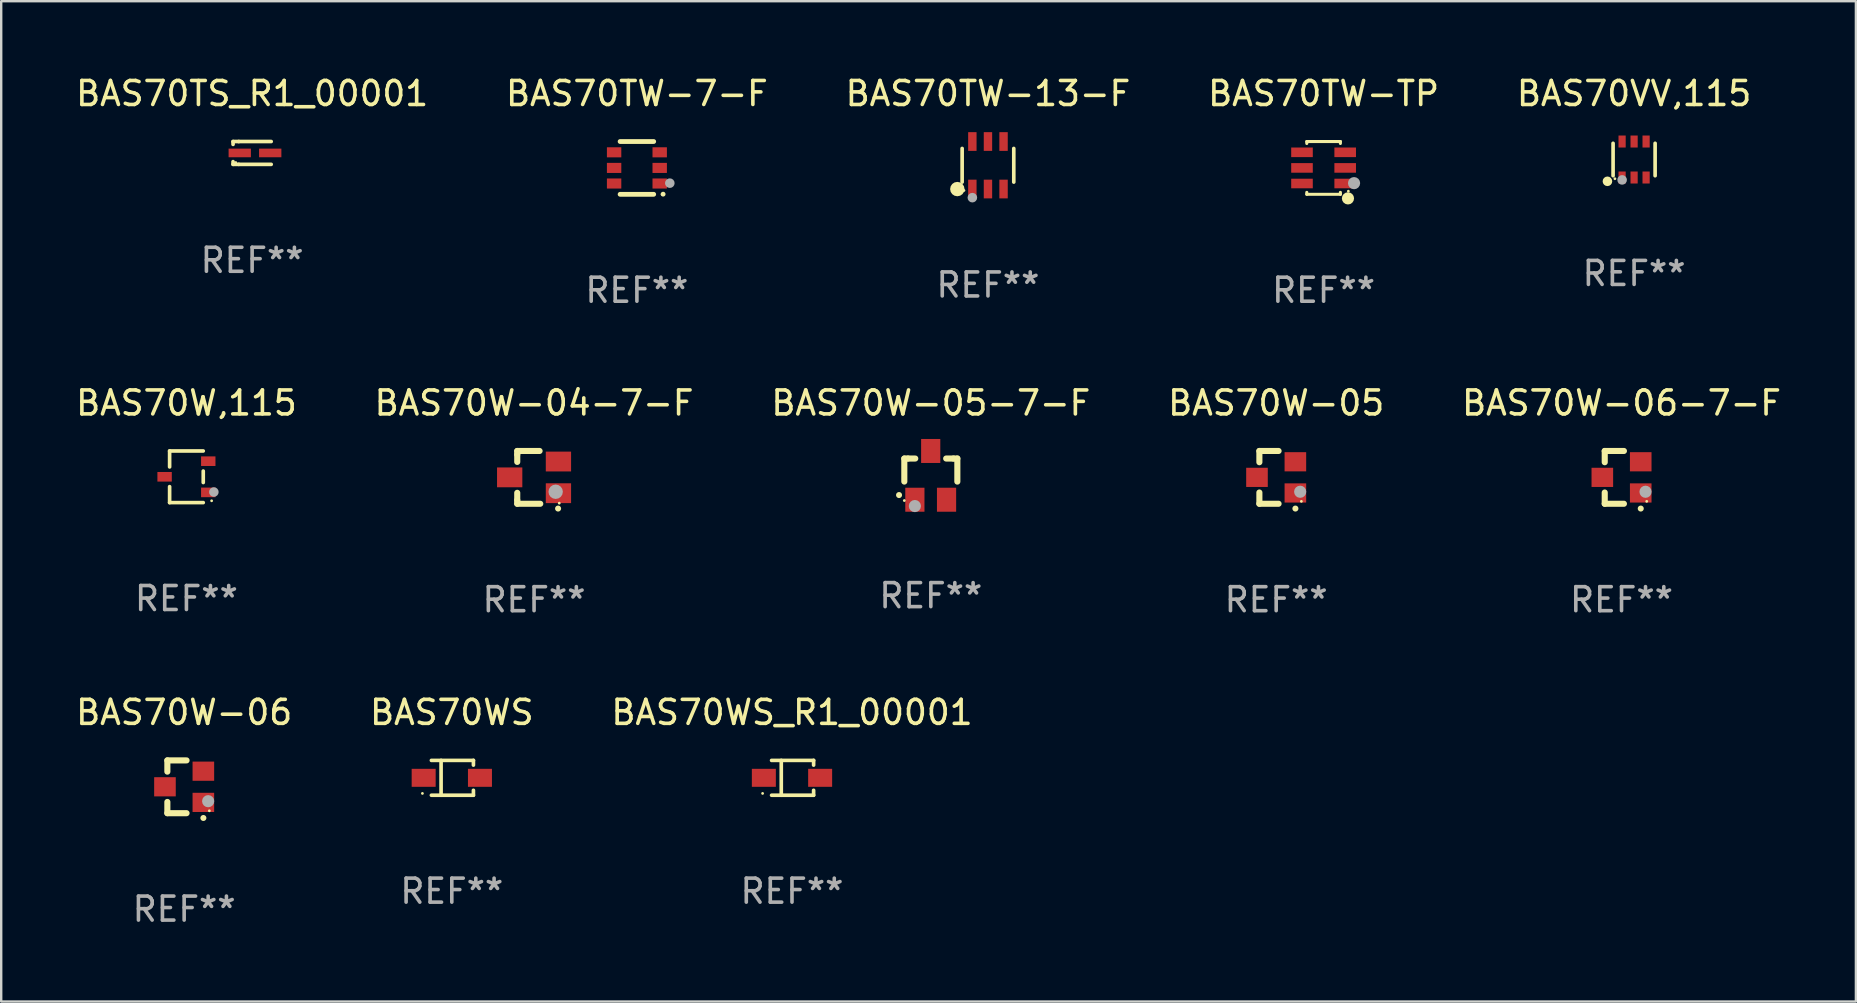
<source format=kicad_pcb>
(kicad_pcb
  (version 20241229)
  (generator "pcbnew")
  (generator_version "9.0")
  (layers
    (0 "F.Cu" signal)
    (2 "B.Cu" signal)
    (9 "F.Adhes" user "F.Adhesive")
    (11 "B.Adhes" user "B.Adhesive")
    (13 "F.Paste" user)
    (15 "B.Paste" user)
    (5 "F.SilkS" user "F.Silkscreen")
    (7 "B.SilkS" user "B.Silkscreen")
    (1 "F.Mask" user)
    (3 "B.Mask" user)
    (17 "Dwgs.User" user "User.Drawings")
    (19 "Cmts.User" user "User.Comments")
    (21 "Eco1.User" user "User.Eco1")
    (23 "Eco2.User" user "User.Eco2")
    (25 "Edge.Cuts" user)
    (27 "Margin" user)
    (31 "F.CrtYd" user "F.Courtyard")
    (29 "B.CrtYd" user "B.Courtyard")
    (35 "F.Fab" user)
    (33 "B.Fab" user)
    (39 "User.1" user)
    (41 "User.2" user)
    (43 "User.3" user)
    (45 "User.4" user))
  (footprint "BAS70W-06-7-F"
    (layer "F.Cu")
    (at 64.53 16.845)
    (property "Reference" "BAS70W-06-7-F" (at 0 -3.1 0) (layer "F.SilkS") (effects (font (size 1 1) (thickness 0.15))))
    (attr through_hole)
    (fp_line (start -0.7 -1.1) (end 0.1 -1.1) (stroke (width 0.254) (type solid)) (layer "F.SilkS"))
    (fp_line (start -0.7 -0.631) (end -0.7 -1.1) (stroke (width 0.254) (type solid)) (layer "F.SilkS"))
    (fp_line (start -0.7 1.1) (end -0.7 0.631) (stroke (width 0.254) (type solid)) (layer "F.SilkS"))
    (fp_line (start -0.7 1.1) (end 0.1 1.1) (stroke (width 0.254) (type solid)) (layer "F.SilkS"))
    (fp_arc (start 0.8 1.3) (mid 0.80127 1.299994) (end 0.80254 1.3) (stroke (width 0.24892) (type solid)) (layer "F.SilkS"))
    (fp_circle (center 1.05 1) (end 1.08 1) (stroke (width 0.06) (type solid)) (fill no) (layer "F.SilkS"))
    (fp_circle (center 1 0.6) (end 1.127 0.6) (stroke (width 0.254) (type solid)) (fill no) (layer "F.Fab"))
    (fp_text user "REF**" (at 0 5.1 0) (layer "F.Fab") (effects (font (size 1 1) (thickness 0.15))))
    (pad "1" smd rect (at 0.8 0.65 90) (size 0.8 0.9) (layers "F.Cu" "F.Mask" "F.Paste"))
    (pad "2" smd rect (at 0.8 -0.65 90) (size 0.8 0.9) (layers "F.Cu" "F.Mask" "F.Paste"))
    (pad "3" smd rect (at -0.8 0 90) (size 0.8 0.9) (layers "F.Cu" "F.Mask" "F.Paste")))
  (footprint "BAS70WS"
    (layer "F.Cu")
    (at 15.78 29.367)
    (property "Reference" "BAS70WS" (at 0 -2.726 0) (layer "F.SilkS") (effects (font (size 1 1) (thickness 0.15))))
    (attr through_hole)
    (fp_line (start -0.851 -0.726) (end 0.901 -0.726) (stroke (width 0.152) (type solid)) (layer "F.SilkS"))
    (fp_line (start -0.851 0.726) (end 0.901 0.726) (stroke (width 0.152) (type solid)) (layer "F.SilkS"))
    (fp_line (start -0.447 -0.726) (end -0.447 0.726) (stroke (width 0.152) (type solid)) (layer "F.SilkS"))
    (fp_line (start 0.901 -0.726) (end 0.901 -0.53) (stroke (width 0.152) (type solid)) (layer "F.SilkS"))
    (fp_line (start 0.901 0.726) (end 0.901 0.52) (stroke (width 0.152) (type solid)) (layer "F.SilkS"))
    (fp_circle (center -1.225 0.65) (end -1.195 0.65) (stroke (width 0.06) (type solid)) (fill no) (layer "F.SilkS"))
    (fp_text user "REF**" (at 0 4.726 0) (layer "F.Fab") (effects (font (size 1 1) (thickness 0.15))))
    (pad "1" smd rect (at -1.173 0) (size 1 0.75) (layers "F.Cu" "F.Mask" "F.Paste"))
    (pad "2" smd rect (at 1.173 0) (size 1 0.75) (layers "F.Cu" "F.Mask" "F.Paste")))
  (footprint "BAS70W-06"
    (layer "F.Cu")
    (at 4.625 29.741)
    (property "Reference" "BAS70W-06" (at 0 -3.1 0) (layer "F.SilkS") (effects (font (size 1 1) (thickness 0.15))))
    (attr through_hole)
    (fp_line (start -0.7 -1.1) (end 0.1 -1.1) (stroke (width 0.254) (type solid)) (layer "F.SilkS"))
    (fp_line (start -0.7 -0.631) (end -0.7 -1.1) (stroke (width 0.254) (type solid)) (layer "F.SilkS"))
    (fp_line (start -0.7 1.1) (end -0.7 0.631) (stroke (width 0.254) (type solid)) (layer "F.SilkS"))
    (fp_line (start -0.7 1.1) (end 0.1 1.1) (stroke (width 0.254) (type solid)) (layer "F.SilkS"))
    (fp_arc (start 0.8 1.3) (mid 0.80127 1.299994) (end 0.80254 1.3) (stroke (width 0.24892) (type solid)) (layer "F.SilkS"))
    (fp_circle (center 1.05 1) (end 1.08 1) (stroke (width 0.06) (type solid)) (fill no) (layer "F.SilkS"))
    (fp_circle (center 1 0.6) (end 1.127 0.6) (stroke (width 0.254) (type solid)) (fill no) (layer "F.Fab"))
    (fp_text user "REF**" (at 0 5.1 0) (layer "F.Fab") (effects (font (size 1 1) (thickness 0.15))))
    (pad "1" smd rect (at 0.8 0.65 90) (size 0.8 0.9) (layers "F.Cu" "F.Mask" "F.Paste"))
    (pad "2" smd rect (at 0.8 -0.65 90) (size 0.8 0.9) (layers "F.Cu" "F.Mask" "F.Paste"))
    (pad "3" smd rect (at -0.8 0 90) (size 0.8 0.9) (layers "F.Cu" "F.Mask" "F.Paste")))
  (footprint "BAS70WS_R1_00001"
    (layer "F.Cu")
    (at 29.958 29.367)
    (property "Reference" "BAS70WS_R1_00001" (at 0 -2.726 0) (layer "F.SilkS") (effects (font (size 1 1) (thickness 0.15))))
    (attr through_hole)
    (fp_line (start -0.851 -0.726) (end 0.901 -0.726) (stroke (width 0.152) (type solid)) (layer "F.SilkS"))
    (fp_line (start -0.851 0.726) (end 0.901 0.726) (stroke (width 0.152) (type solid)) (layer "F.SilkS"))
    (fp_line (start -0.447 -0.726) (end -0.447 0.726) (stroke (width 0.152) (type solid)) (layer "F.SilkS"))
    (fp_line (start 0.901 -0.726) (end 0.901 -0.53) (stroke (width 0.152) (type solid)) (layer "F.SilkS"))
    (fp_line (start 0.901 0.726) (end 0.901 0.52) (stroke (width 0.152) (type solid)) (layer "F.SilkS"))
    (fp_circle (center -1.225 0.65) (end -1.195 0.65) (stroke (width 0.06) (type solid)) (fill no) (layer "F.SilkS"))
    (fp_text user "REF**" (at 0 4.726 0) (layer "F.Fab") (effects (font (size 1 1) (thickness 0.15))))
    (pad "1" smd rect (at -1.173 0) (size 1 0.75) (layers "F.Cu" "F.Mask" "F.Paste"))
    (pad "2" smd rect (at 1.173 0) (size 1 0.75) (layers "F.Cu" "F.Mask" "F.Paste")))
  (footprint "BAS70W-05"
    (layer "F.Cu")
    (at 50.137 16.845)
    (property "Reference" "BAS70W-05" (at 0 -3.1 0) (layer "F.SilkS") (effects (font (size 1 1) (thickness 0.15))))
    (attr through_hole)
    (fp_line (start -0.7 -1.1) (end 0.1 -1.1) (stroke (width 0.254) (type solid)) (layer "F.SilkS"))
    (fp_line (start -0.7 -0.631) (end -0.7 -1.1) (stroke (width 0.254) (type solid)) (layer "F.SilkS"))
    (fp_line (start -0.7 1.1) (end -0.7 0.631) (stroke (width 0.254) (type solid)) (layer "F.SilkS"))
    (fp_line (start -0.7 1.1) (end 0.1 1.1) (stroke (width 0.254) (type solid)) (layer "F.SilkS"))
    (fp_arc (start 0.8 1.3) (mid 0.80127 1.299994) (end 0.80254 1.3) (stroke (width 0.24892) (type solid)) (layer "F.SilkS"))
    (fp_circle (center 1.05 1) (end 1.08 1) (stroke (width 0.06) (type solid)) (fill no) (layer "F.SilkS"))
    (fp_circle (center 1 0.6) (end 1.127 0.6) (stroke (width 0.254) (type solid)) (fill no) (layer "F.Fab"))
    (fp_text user "REF**" (at 0 5.1 0) (layer "F.Fab") (effects (font (size 1 1) (thickness 0.15))))
    (pad "1" smd rect (at 0.8 0.65 90) (size 0.8 0.9) (layers "F.Cu" "F.Mask" "F.Paste"))
    (pad "2" smd rect (at 0.8 -0.65 90) (size 0.8 0.9) (layers "F.Cu" "F.Mask" "F.Paste"))
    (pad "3" smd rect (at -0.8 0 90) (size 0.8 0.9) (layers "F.Cu" "F.Mask" "F.Paste")))
  (footprint "BAS70TS_R1_00001"
    (layer "F.Cu")
    (at 7.458 3.324)
    (property "Reference" "BAS70TS_R1_00001" (at 0 -2.476 0) (layer "F.SilkS") (effects (font (size 1 1) (thickness 0.15))))
    (attr through_hole)
    (fp_line (start -0.795 -0.476) (end -0.795 -0.356) (stroke (width 0.152) (type solid)) (layer "F.SilkS"))
    (fp_line (start -0.795 0.363) (end -0.795 0.476) (stroke (width 0.152) (type solid)) (layer "F.SilkS"))
    (fp_line (start -0.795 0.476) (end -0.557 0.476) (stroke (width 0.152) (type solid)) (layer "F.SilkS"))
    (fp_line (start -0.557 -0.476) (end -0.795 -0.476) (stroke (width 0.152) (type solid)) (layer "F.SilkS"))
    (fp_line (start -0.557 -0.476) (end 0.795 -0.476) (stroke (width 0.152) (type solid)) (layer "F.SilkS"))
    (fp_line (start -0.557 0.476) (end 0.795 0.476) (stroke (width 0.152) (type solid)) (layer "F.SilkS"))
    (fp_circle (center -0.681 0.4) (end -0.651 0.4) (stroke (width 0.06) (type solid)) (fill no) (layer "F.SilkS"))
    (fp_text user "REF**" (at 0 4.476 0) (layer "F.Fab") (effects (font (size 1 1) (thickness 0.15))))
    (pad "1" smd rect (at -0.516 0 180) (size 0.93 0.36) (layers "F.Cu" "F.Mask" "F.Paste"))
    (pad "2" smd rect (at 0.754 0 180) (size 0.93 0.36) (layers "F.Cu" "F.Mask" "F.Paste")))
  (footprint "BAS70VV,115"
    (layer "F.Cu")
    (at 65.054 3.598)
    (property "Reference" "BAS70VV,115" (at 0 -2.75 0) (layer "F.SilkS") (effects (font (size 1 1) (thickness 0.15))))
    (attr through_hole)
    (fp_line (start -0.876 0.676) (end -0.876 -0.676) (stroke (width 0.152) (type solid)) (layer "F.SilkS"))
    (fp_line (start 0.876 0.676) (end 0.876 -0.676) (stroke (width 0.152) (type solid)) (layer "F.SilkS"))
    (fp_circle (center -1.111 0.908) (end -1.011 0.908) (stroke (width 0.2) (type solid)) (fill no) (layer "F.SilkS"))
    (fp_circle (center -0.8 0.8) (end -0.77 0.8) (stroke (width 0.06) (type solid)) (fill no) (layer "F.SilkS"))
    (fp_circle (center -0.499 0.85) (end -0.399 0.85) (stroke (width 0.2) (type solid)) (fill no) (layer "F.Fab"))
    (fp_text user "REF**" (at 0 4.75 0) (layer "F.Fab") (effects (font (size 1 1) (thickness 0.15))))
    (pad "1" smd rect (at -0.5 0.75) (size 0.3 0.5) (layers "F.Cu" "F.Mask" "F.Paste"))
    (pad "2" smd rect (at 0 0.75) (size 0.3 0.5) (layers "F.Cu" "F.Mask" "F.Paste"))
    (pad "3" smd rect (at 0.5 0.75) (size 0.3 0.5) (layers "F.Cu" "F.Mask" "F.Paste"))
    (pad "4" smd rect (at 0.5 -0.75) (size 0.3 0.5) (layers "F.Cu" "F.Mask" "F.Paste"))
    (pad "5" smd rect (at 0 -0.75) (size 0.3 0.5) (layers "F.Cu" "F.Mask" "F.Paste"))
    (pad "6" smd rect (at -0.5 -0.75) (size 0.3 0.5) (layers "F.Cu" "F.Mask" "F.Paste")))
  (footprint "BAS70TW-13-F"
    (layer "F.Cu")
    (at 38.125 3.838)
    (property "Reference" "BAS70TW-13-F" (at 0 -2.99 0) (layer "F.SilkS") (effects (font (size 1 1) (thickness 0.15))))
    (attr through_hole)
    (fp_line (start -1.076 0.701) (end -1.076 -0.701) (stroke (width 0.152) (type solid)) (layer "F.SilkS"))
    (fp_line (start 1.076 0.701) (end 1.076 -0.701) (stroke (width 0.152) (type solid)) (layer "F.SilkS"))
    (fp_circle (center -1.277 0.992) (end -1.127 0.992) (stroke (width 0.3) (type solid)) (fill no) (layer "F.SilkS"))
    (fp_circle (center -1 1.05) (end -0.97 1.05) (stroke (width 0.06) (type solid)) (fill no) (layer "F.SilkS"))
    (fp_circle (center -0.65 1.35) (end -0.55 1.35) (stroke (width 0.2) (type solid)) (fill no) (layer "F.Fab"))
    (fp_text user "REF**" (at 0 4.99 0) (layer "F.Fab") (effects (font (size 1 1) (thickness 0.15))))
    (pad "1" smd rect (at -0.65 0.99) (size 0.35 0.78) (layers "F.Cu" "F.Mask" "F.Paste"))
    (pad "2" smd rect (at 0 0.99) (size 0.35 0.78) (layers "F.Cu" "F.Mask" "F.Paste"))
    (pad "3" smd rect (at 0.65 0.99) (size 0.35 0.78) (layers "F.Cu" "F.Mask" "F.Paste"))
    (pad "4" smd rect (at 0.65 -0.99) (size 0.35 0.78) (layers "F.Cu" "F.Mask" "F.Paste"))
    (pad "5" smd rect (at 0 -0.99) (size 0.35 0.78) (layers "F.Cu" "F.Mask" "F.Paste"))
    (pad "6" smd rect (at -0.65 -0.99) (size 0.35 0.78) (layers "F.Cu" "F.Mask" "F.Paste")))
  (footprint "BAS70W-04-7-F"
    (layer "F.Cu")
    (at 19.208 16.845)
    (property "Reference" "BAS70W-04-7-F" (at 0 -3.1 0) (layer "F.SilkS") (effects (font (size 1 1) (thickness 0.15))))
    (attr through_hole)
    (fp_line (start -0.701 -0.95) (end -0.701 -1.1) (stroke (width 0.254) (type solid)) (layer "F.SilkS"))
    (fp_line (start -0.701 -0.644) (end -0.701 -0.95) (stroke (width 0.254) (type solid)) (layer "F.SilkS"))
    (fp_line (start -0.701 0.95) (end -0.701 0.644) (stroke (width 0.254) (type solid)) (layer "F.SilkS"))
    (fp_line (start -0.701 0.95) (end -0.701 1.1) (stroke (width 0.254) (type solid)) (layer "F.SilkS"))
    (fp_line (start -0.7 -1.1) (end 0.23 -1.1) (stroke (width 0.254) (type solid)) (layer "F.SilkS"))
    (fp_line (start -0.7 1.1) (end 0.258 1.1) (stroke (width 0.254) (type solid)) (layer "F.SilkS"))
    (fp_arc (start 1 1.3) (mid 1.00127 1.299994) (end 1.00254 1.3) (stroke (width 0.24892) (type solid)) (layer "F.SilkS"))
    (fp_circle (center 1.05 1.075) (end 1.08 1.075) (stroke (width 0.06) (type solid)) (fill no) (layer "F.SilkS"))
    (fp_circle (center 0.9 0.6) (end 1.05 0.6) (stroke (width 0.3) (type solid)) (fill no) (layer "F.Fab"))
    (fp_text user "REF**" (at 0 5.1 0) (layer "F.Fab") (effects (font (size 1 1) (thickness 0.15))))
    (pad "1" smd rect (at 1.016 0.66) (size 1.054 0.826) (layers "F.Cu" "F.Mask" "F.Paste"))
    (pad "2" smd rect (at 1.016 -0.66) (size 1.054 0.826) (layers "F.Cu" "F.Mask" "F.Paste"))
    (pad "3" smd rect (at -1.016 0) (size 1.054 0.826) (layers "F.Cu" "F.Mask" "F.Paste")))
  (footprint "BAS70W,115"
    (layer "F.Cu")
    (at 4.72 16.821)
    (property "Reference" "BAS70W,115" (at 0 -3.076 0) (layer "F.SilkS") (effects (font (size 1 1) (thickness 0.15))))
    (attr through_hole)
    (fp_line (start -0.701 -1.076) (end -0.701 -0.411) (stroke (width 0.152) (type solid)) (layer "F.SilkS"))
    (fp_line (start -0.701 1.076) (end -0.701 0.411) (stroke (width 0.152) (type solid)) (layer "F.SilkS"))
    (fp_line (start 0.701 -1.076) (end -0.701 -1.076) (stroke (width 0.152) (type solid)) (layer "F.SilkS"))
    (fp_line (start 0.701 -0.239) (end 0.701 0.239) (stroke (width 0.152) (type solid)) (layer "F.SilkS"))
    (fp_line (start 0.701 1.076) (end -0.701 1.076) (stroke (width 0.152) (type solid)) (layer "F.SilkS"))
    (fp_circle (center 1.05 1) (end 1.08 1) (stroke (width 0.06) (type solid)) (fill no) (layer "F.SilkS"))
    (fp_circle (center 1.143 0.635) (end 1.243 0.635) (stroke (width 0.2) (type solid)) (fill no) (layer "F.Fab"))
    (fp_text user "REF**" (at 0 5.076 0) (layer "F.Fab") (effects (font (size 1 1) (thickness 0.15))))
    (pad "1" smd rect (at 0.91 0.65) (size 0.6 0.4) (layers "F.Cu" "F.Mask" "F.Paste"))
    (pad "2" smd rect (at 0.91 -0.65) (size 0.6 0.4) (layers "F.Cu" "F.Mask" "F.Paste"))
    (pad "3" smd rect (at -0.91 0) (size 0.6 0.4) (layers "F.Cu" "F.Mask" "F.Paste")))
  (footprint "BAS70TW-TP"
    (layer "F.Cu")
    (at 52.113 3.948)
    (property "Reference" "BAS70TW-TP" (at 0 -3.1 0) (layer "F.SilkS") (effects (font (size 1 1) (thickness 0.15))))
    (attr through_hole)
    (fp_line (start -0.7 -1.018) (end -0.7 -1.1) (stroke (width 0.127) (type solid)) (layer "F.SilkS"))
    (fp_line (start -0.7 1.1) (end -0.7 1.018) (stroke (width 0.127) (type solid)) (layer "F.SilkS"))
    (fp_line (start 0.7 -1.1) (end -0.7 -1.1) (stroke (width 0.127) (type solid)) (layer "F.SilkS"))
    (fp_line (start 0.7 -1.018) (end 0.7 -1.1) (stroke (width 0.127) (type solid)) (layer "F.SilkS"))
    (fp_line (start 0.7 1.1) (end -0.7 1.1) (stroke (width 0.127) (type solid)) (layer "F.SilkS"))
    (fp_line (start 0.7 1.1) (end 0.7 1.018) (stroke (width 0.127) (type solid)) (layer "F.SilkS"))
    (fp_circle (center 1.016 1.27) (end 1.143 1.27) (stroke (width 0.254) (type solid)) (fill no) (layer "F.SilkS"))
    (fp_circle (center 1.032 0.97) (end 1.062 0.97) (stroke (width 0.06) (type solid)) (fill no) (layer "F.SilkS"))
    (fp_circle (center 1.27 0.635) (end 1.397 0.635) (stroke (width 0.254) (type solid)) (fill no) (layer "F.Fab"))
    (fp_text user "REF**" (at 0 5.1 0) (layer "F.Fab") (effects (font (size 1 1) (thickness 0.15))))
    (pad "1" smd rect (at 0.9 0.65 90) (size 0.4 0.9) (layers "F.Cu" "F.Mask" "F.Paste"))
    (pad "2" smd rect (at 0.9 -0.000102 90) (size 0.4 0.9) (layers "F.Cu" "F.Mask" "F.Paste"))
    (pad "3" smd rect (at 0.9 -0.65 90) (size 0.4 0.9) (layers "F.Cu" "F.Mask" "F.Paste"))
    (pad "4" smd rect (at -0.9 -0.65 90) (size 0.4 0.9) (layers "F.Cu" "F.Mask" "F.Paste"))
    (pad "5" smd rect (at -0.9 -0.000102 90) (size 0.4 0.9) (layers "F.Cu" "F.Mask" "F.Paste"))
    (pad "6" smd rect (at -0.9 0.65 90) (size 0.4 0.9) (layers "F.Cu" "F.Mask" "F.Paste")))
  (footprint "BAS70TW-7-F"
    (layer "F.Cu")
    (at 23.494 3.948)
    (property "Reference" "BAS70TW-7-F" (at 0 -3.1 0) (layer "F.SilkS") (effects (font (size 1 1) (thickness 0.15))))
    (attr through_hole)
    (fp_line (start -0.7 -1.1) (end 0.7 -1.1) (stroke (width 0.2) (type solid)) (layer "F.SilkS"))
    (fp_line (start -0.7 1.1) (end 0.7 1.1) (stroke (width 0.2) (type solid)) (layer "F.SilkS"))
    (fp_arc (start 1.090932 1.094209) (mid 1.092202 1.094203) (end 1.093472 1.094209) (stroke (width 0.2) (type solid)) (layer "F.SilkS"))
    (fp_circle (center 1.053 1.1) (end 1.083 1.1) (stroke (width 0.06) (type solid)) (fill no) (layer "F.SilkS"))
    (fp_circle (center 1.372 0.635) (end 1.472 0.635) (stroke (width 0.2) (type solid)) (fill no) (layer "F.Fab"))
    (fp_text user "REF**" (at 0 5.1 0) (layer "F.Fab") (effects (font (size 1 1) (thickness 0.15))))
    (pad "1" smd rect (at 0.95 0.65 90) (size 0.42 0.6) (layers "F.Cu" "F.Mask" "F.Paste"))
    (pad "2" smd rect (at 0.95 0 90) (size 0.42 0.6) (layers "F.Cu" "F.Mask" "F.Paste"))
    (pad "3" smd rect (at 0.95 -0.65 90) (size 0.42 0.6) (layers "F.Cu" "F.Mask" "F.Paste"))
    (pad "4" smd rect (at -0.95 -0.65 270) (size 0.42 0.6) (layers "F.Cu" "F.Mask" "F.Paste"))
    (pad "5" smd rect (at -0.95 0 270) (size 0.42 0.6) (layers "F.Cu" "F.Mask" "F.Paste"))
    (pad "6" smd rect (at -0.95 0.65 270) (size 0.42 0.6) (layers "F.Cu" "F.Mask" "F.Paste")))
  (footprint "BAS70W-05-7-F"
    (layer "F.Cu")
    (at 35.744 16.761)
    (property "Reference" "BAS70W-05-7-F" (at 0 -3.016 0) (layer "F.SilkS") (effects (font (size 1 1) (thickness 0.15))))
    (attr through_hole)
    (fp_line (start -1.105 -0.701) (end -1.105 0.259) (stroke (width 0.254) (type solid)) (layer "F.SilkS"))
    (fp_line (start -0.955 -0.701) (end -1.105 -0.701) (stroke (width 0.254) (type solid)) (layer "F.SilkS"))
    (fp_line (start -0.955 -0.701) (end -0.649 -0.701) (stroke (width 0.254) (type solid)) (layer "F.SilkS"))
    (fp_line (start 0.639 -0.701) (end 0.945 -0.701) (stroke (width 0.254) (type solid)) (layer "F.SilkS"))
    (fp_line (start 0.945 -0.701) (end 1.105 -0.701) (stroke (width 0.254) (type solid)) (layer "F.SilkS"))
    (fp_line (start 1.105 -0.701) (end 1.105 0.261) (stroke (width 0.254) (type solid)) (layer "F.SilkS"))
    (fp_arc (start -1.324994 0.82253) (mid -1.325 0.82126) (end -1.324994 0.81999) (stroke (width 0.24892) (type solid)) (layer "F.SilkS"))
    (fp_circle (center -1.105 1.05) (end -1.075 1.05) (stroke (width 0.06) (type solid)) (fill no) (layer "F.SilkS"))
    (fp_circle (center -0.665 1.28) (end -0.538 1.28) (stroke (width 0.254) (type solid)) (fill no) (layer "F.Fab"))
    (fp_text user "REF**" (at 0 5.016 0) (layer "F.Fab") (effects (font (size 1 1) (thickness 0.15))))
    (pad "1" smd rect (at -0.665 1.016) (size 0.8 1) (layers "F.Cu" "F.Mask" "F.Paste"))
    (pad "2" smd rect (at 0.655 1.016) (size 0.8 1) (layers "F.Cu" "F.Mask" "F.Paste"))
    (pad "3" smd rect (at -0.005 -1.016) (size 0.8 1) (layers "F.Cu" "F.Mask" "F.Paste")))
  (gr_rect
    (start -3 -3)
    (end 74.298 38.69)
    (stroke (width 0.1) (type default))
    (fill no)
    (layer "Edge.Cuts")))
</source>
